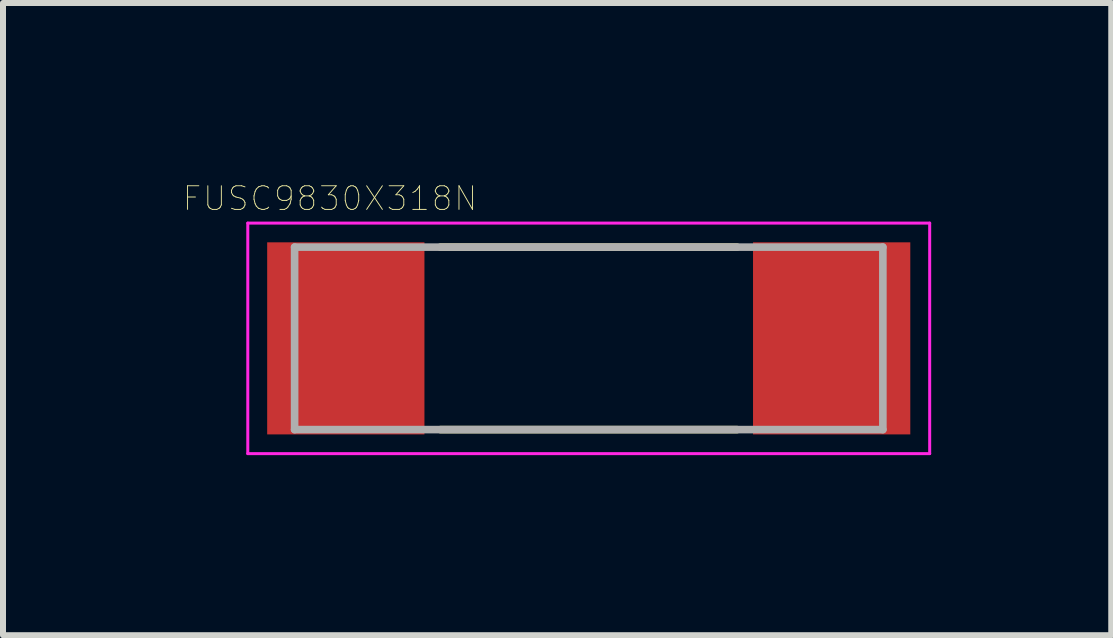
<source format=kicad_pcb>
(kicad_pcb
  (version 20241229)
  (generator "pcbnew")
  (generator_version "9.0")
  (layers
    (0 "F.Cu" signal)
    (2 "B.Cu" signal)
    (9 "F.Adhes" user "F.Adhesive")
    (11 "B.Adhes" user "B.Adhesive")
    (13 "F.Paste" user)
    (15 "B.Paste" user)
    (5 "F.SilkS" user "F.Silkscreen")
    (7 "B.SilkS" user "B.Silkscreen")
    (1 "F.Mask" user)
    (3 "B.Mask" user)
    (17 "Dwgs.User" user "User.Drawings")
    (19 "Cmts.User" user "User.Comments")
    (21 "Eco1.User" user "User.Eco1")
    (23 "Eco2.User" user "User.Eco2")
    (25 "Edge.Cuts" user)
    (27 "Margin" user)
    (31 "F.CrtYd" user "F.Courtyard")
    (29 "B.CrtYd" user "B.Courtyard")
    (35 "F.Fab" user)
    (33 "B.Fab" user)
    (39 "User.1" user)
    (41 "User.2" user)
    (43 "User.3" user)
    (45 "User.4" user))
  (footprint "FUSC9830X318N"
    (layer "F.Cu")
    (at 6.758 2.587)
    (property "Reference" "FUSC9830X318N" (at -4.31 -2.33 0) (layer "F.SilkS") (effects (font (size 0.394 0.394) (thickness 0.015))))
    (attr through_hole)
    (fp_line (start -2.47 -1.52) (end 2.47 -1.52) (stroke (width 0.127) (type solid)) (layer "F.SilkS"))
    (fp_line (start -2.47 1.52) (end 2.47 1.52) (stroke (width 0.127) (type solid)) (layer "F.SilkS"))
    (fp_line (start -5.68 -1.92) (end 5.68 -1.92) (stroke (width 0.05) (type solid)) (layer "F.CrtYd"))
    (fp_line (start -5.68 1.92) (end -5.68 -1.92) (stroke (width 0.05) (type solid)) (layer "F.CrtYd"))
    (fp_line (start -5.68 1.92) (end 5.68 1.92) (stroke (width 0.05) (type solid)) (layer "F.CrtYd"))
    (fp_line (start 5.68 1.92) (end 5.68 -1.92) (stroke (width 0.05) (type solid)) (layer "F.CrtYd"))
    (fp_line (start -4.9 1.52) (end -4.9 -1.52) (stroke (width 0.127) (type solid)) (layer "F.Fab"))
    (fp_line (start 4.9 -1.52) (end -4.9 -1.52) (stroke (width 0.127) (type solid)) (layer "F.Fab"))
    (fp_line (start 4.9 1.52) (end -4.9 1.52) (stroke (width 0.127) (type solid)) (layer "F.Fab"))
    (fp_line (start 4.9 1.52) (end 4.9 -1.52) (stroke (width 0.127) (type solid)) (layer "F.Fab"))
    (pad "1" smd rect (at -4.047 0) (size 2.62 3.2) (layers "F.Cu" "F.Mask" "F.Paste"))
    (pad "2" smd rect (at 4.047 0) (size 2.62 3.2) (layers "F.Cu" "F.Mask" "F.Paste")))
  (gr_rect
    (start -3 -3)
    (end 15.463 7.532)
    (stroke (width 0.1) (type default))
    (fill no)
    (layer "Edge.Cuts")))
</source>
